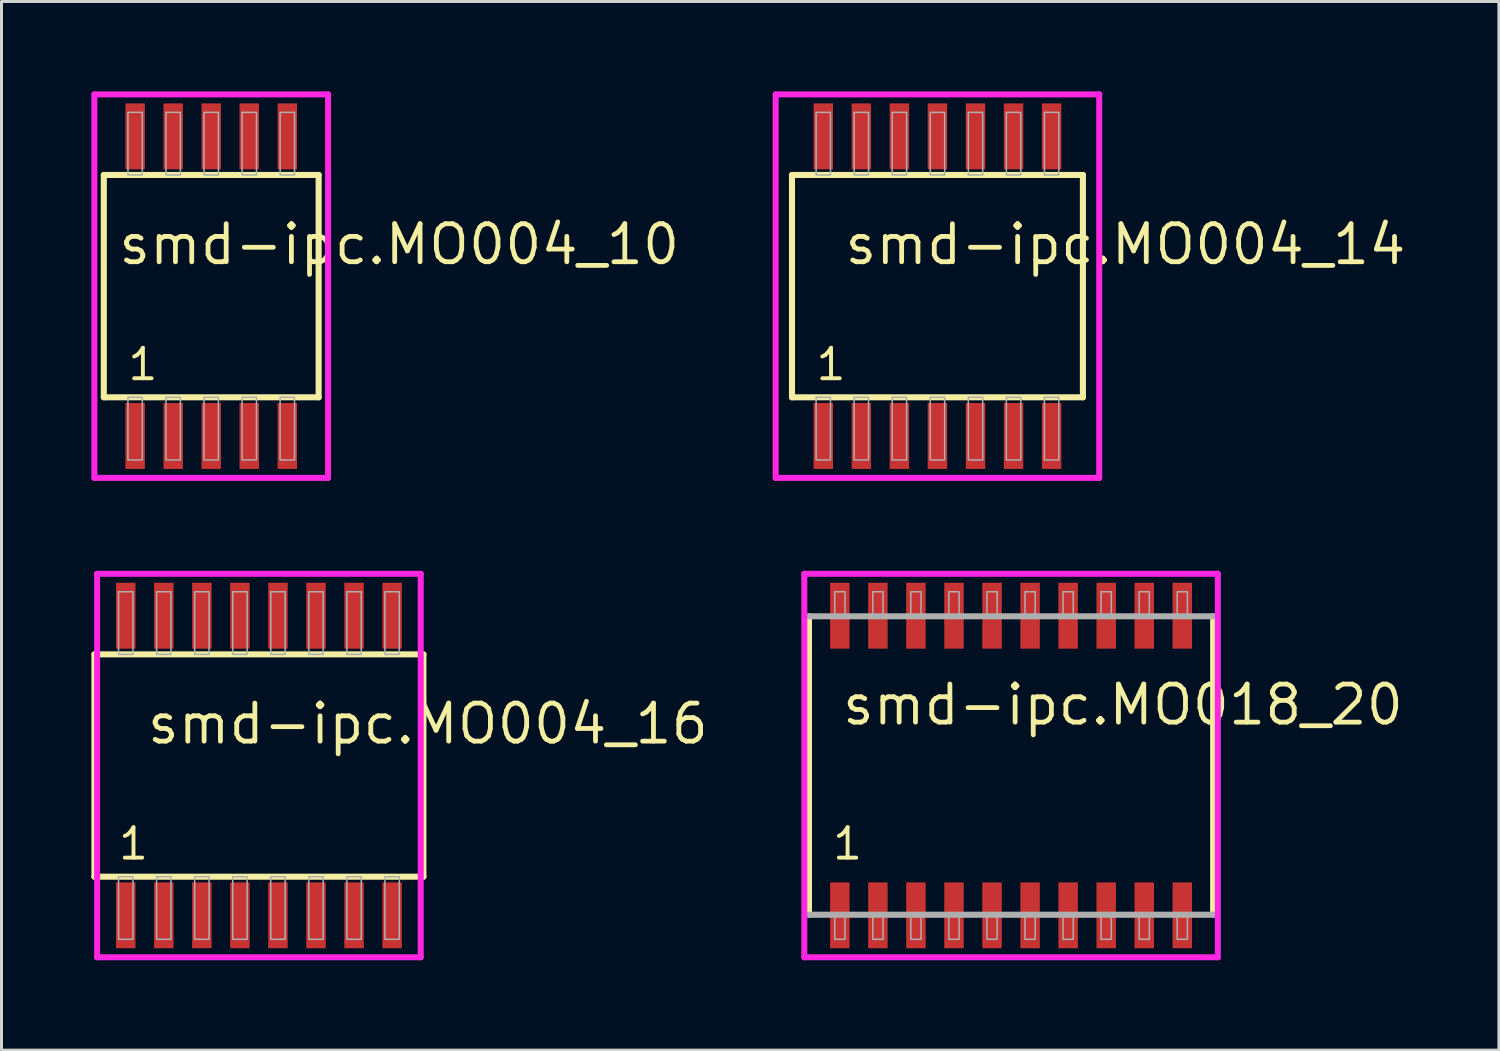
<source format=kicad_pcb>
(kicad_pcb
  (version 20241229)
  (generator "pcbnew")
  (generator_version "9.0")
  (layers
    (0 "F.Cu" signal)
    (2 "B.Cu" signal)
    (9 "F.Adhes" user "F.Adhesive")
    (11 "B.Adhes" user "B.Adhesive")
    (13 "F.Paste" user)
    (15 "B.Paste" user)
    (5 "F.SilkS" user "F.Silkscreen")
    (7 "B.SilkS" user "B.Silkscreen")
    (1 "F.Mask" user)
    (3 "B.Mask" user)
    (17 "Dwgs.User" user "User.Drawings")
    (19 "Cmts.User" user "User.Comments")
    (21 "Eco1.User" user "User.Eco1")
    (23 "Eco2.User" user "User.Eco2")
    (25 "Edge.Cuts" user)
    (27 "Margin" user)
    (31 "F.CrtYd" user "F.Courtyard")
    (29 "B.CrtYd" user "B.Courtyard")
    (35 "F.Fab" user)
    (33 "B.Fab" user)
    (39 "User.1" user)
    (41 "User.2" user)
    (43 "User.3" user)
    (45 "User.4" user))
  (footprint "smd-ipc.MO018_20"
    (layer "F.Cu")
    (at 30.695 22.5)
    (property "Reference" "smd-ipc.MO018_20" (at -5.715 -1.285 0) (layer "F.SilkS") (effects (font (size 1.27 1.27) (thickness 0.16)) (justify left bottom)))
    (attr smd)
    (fp_line (start -6.745 4.98) (end -6.745 -4.98) (stroke (width 0.203) (type default)) (layer "F.SilkS"))
    (fp_line (start 6.745 -4.98) (end 6.745 4.98) (stroke (width 0.203) (type default)) (layer "F.SilkS"))
    (fp_line (start -6.9 -6.4) (end 6.9 -6.4) (stroke (width 0.2) (type default)) (layer "F.CrtYd"))
    (fp_line (start -6.9 6.4) (end -6.9 -6.4) (stroke (width 0.2) (type default)) (layer "F.CrtYd"))
    (fp_line (start 6.9 -6.4) (end 6.9 6.4) (stroke (width 0.2) (type default)) (layer "F.CrtYd"))
    (fp_line (start 6.9 6.4) (end -6.9 6.4) (stroke (width 0.2) (type default)) (layer "F.CrtYd"))
    (fp_line (start -6.745 -4.98) (end 6.745 -4.98) (stroke (width 0.203) (type default)) (layer "F.Fab"))
    (fp_line (start 6.745 4.98) (end -6.745 4.98) (stroke (width 0.203) (type default)) (layer "F.Fab"))
    (fp_rect (start -5.885 -4.98) (end -5.545 -5.8) (stroke (width 0.05) (type default)) (fill no) (layer "F.Fab"))
    (fp_rect (start -5.885 5.8) (end -5.545 4.98) (stroke (width 0.05) (type default)) (fill no) (layer "F.Fab"))
    (fp_rect (start -4.615 -4.98) (end -4.275 -5.8) (stroke (width 0.05) (type default)) (fill no) (layer "F.Fab"))
    (fp_rect (start -4.615 5.8) (end -4.275 4.98) (stroke (width 0.05) (type default)) (fill no) (layer "F.Fab"))
    (fp_rect (start -3.345 -4.98) (end -3.005 -5.8) (stroke (width 0.05) (type default)) (fill no) (layer "F.Fab"))
    (fp_rect (start -3.345 5.8) (end -3.005 4.98) (stroke (width 0.05) (type default)) (fill no) (layer "F.Fab"))
    (fp_rect (start -2.075 -4.98) (end -1.735 -5.8) (stroke (width 0.05) (type default)) (fill no) (layer "F.Fab"))
    (fp_rect (start -2.075 5.8) (end -1.735 4.98) (stroke (width 0.05) (type default)) (fill no) (layer "F.Fab"))
    (fp_rect (start -0.805 -4.98) (end -0.465 -5.8) (stroke (width 0.05) (type default)) (fill no) (layer "F.Fab"))
    (fp_rect (start -0.805 5.8) (end -0.465 4.98) (stroke (width 0.05) (type default)) (fill no) (layer "F.Fab"))
    (fp_rect (start 0.465 -4.98) (end 0.805 -5.8) (stroke (width 0.05) (type default)) (fill no) (layer "F.Fab"))
    (fp_rect (start 0.465 5.8) (end 0.805 4.98) (stroke (width 0.05) (type default)) (fill no) (layer "F.Fab"))
    (fp_rect (start 1.735 -4.98) (end 2.075 -5.8) (stroke (width 0.05) (type default)) (fill no) (layer "F.Fab"))
    (fp_rect (start 1.735 5.8) (end 2.075 4.98) (stroke (width 0.05) (type default)) (fill no) (layer "F.Fab"))
    (fp_rect (start 3.005 -4.98) (end 3.345 -5.8) (stroke (width 0.05) (type default)) (fill no) (layer "F.Fab"))
    (fp_rect (start 3.005 5.8) (end 3.345 4.98) (stroke (width 0.05) (type default)) (fill no) (layer "F.Fab"))
    (fp_rect (start 4.275 -4.98) (end 4.615 -5.8) (stroke (width 0.05) (type default)) (fill no) (layer "F.Fab"))
    (fp_rect (start 4.275 5.8) (end 4.615 4.98) (stroke (width 0.05) (type default)) (fill no) (layer "F.Fab"))
    (fp_rect (start 5.545 -4.98) (end 5.885 -5.8) (stroke (width 0.05) (type default)) (fill no) (layer "F.Fab"))
    (fp_rect (start 5.545 5.8) (end 5.885 4.98) (stroke (width 0.05) (type default)) (fill no) (layer "F.Fab"))
    (fp_text user "1" (at -6.026 3.205 0) (layer "F.SilkS") (effects (font (size 1.016 1.016) (thickness 0.13)) (justify left bottom)))
    (pad "1" smd roundrect (at -5.715 5) (size 0.65 2.2) (layers "F.Cu" "F.Mask" "F.Paste") (roundrect_rratio 0.01))
    (pad "2" smd roundrect (at -4.445 5) (size 0.65 2.2) (layers "F.Cu" "F.Mask" "F.Paste") (roundrect_rratio 0.01))
    (pad "3" smd roundrect (at -3.175 5) (size 0.65 2.2) (layers "F.Cu" "F.Mask" "F.Paste") (roundrect_rratio 0.01))
    (pad "4" smd roundrect (at -1.905 5) (size 0.65 2.2) (layers "F.Cu" "F.Mask" "F.Paste") (roundrect_rratio 0.01))
    (pad "5" smd roundrect (at -0.635 5) (size 0.65 2.2) (layers "F.Cu" "F.Mask" "F.Paste") (roundrect_rratio 0.01))
    (pad "6" smd roundrect (at 0.635 5) (size 0.65 2.2) (layers "F.Cu" "F.Mask" "F.Paste") (roundrect_rratio 0.01))
    (pad "7" smd roundrect (at 1.905 5) (size 0.65 2.2) (layers "F.Cu" "F.Mask" "F.Paste") (roundrect_rratio 0.01))
    (pad "8" smd roundrect (at 3.175 5) (size 0.65 2.2) (layers "F.Cu" "F.Mask" "F.Paste") (roundrect_rratio 0.01))
    (pad "9" smd roundrect (at 4.445 5) (size 0.65 2.2) (layers "F.Cu" "F.Mask" "F.Paste") (roundrect_rratio 0.01))
    (pad "10" smd roundrect (at 5.715 5) (size 0.65 2.2) (layers "F.Cu" "F.Mask" "F.Paste") (roundrect_rratio 0.01))
    (pad "11" smd roundrect (at 5.715 -5) (size 0.65 2.2) (layers "F.Cu" "F.Mask" "F.Paste") (roundrect_rratio 0.01))
    (pad "12" smd roundrect (at 4.445 -5) (size 0.65 2.2) (layers "F.Cu" "F.Mask" "F.Paste") (roundrect_rratio 0.01))
    (pad "13" smd roundrect (at 3.175 -5) (size 0.65 2.2) (layers "F.Cu" "F.Mask" "F.Paste") (roundrect_rratio 0.01))
    (pad "14" smd roundrect (at 1.905 -5) (size 0.65 2.2) (layers "F.Cu" "F.Mask" "F.Paste") (roundrect_rratio 0.01))
    (pad "15" smd roundrect (at 0.635 -5) (size 0.65 2.2) (layers "F.Cu" "F.Mask" "F.Paste") (roundrect_rratio 0.01))
    (pad "16" smd roundrect (at -0.635 -5) (size 0.65 2.2) (layers "F.Cu" "F.Mask" "F.Paste") (roundrect_rratio 0.01))
    (pad "17" smd roundrect (at -1.905 -5) (size 0.65 2.2) (layers "F.Cu" "F.Mask" "F.Paste") (roundrect_rratio 0.01))
    (pad "18" smd roundrect (at -3.175 -5) (size 0.65 2.2) (layers "F.Cu" "F.Mask" "F.Paste") (roundrect_rratio 0.01))
    (pad "19" smd roundrect (at -4.445 -5) (size 0.65 2.2) (layers "F.Cu" "F.Mask" "F.Paste") (roundrect_rratio 0.01))
    (pad "20" smd roundrect (at -5.715 -5) (size 0.65 2.2) (layers "F.Cu" "F.Mask" "F.Paste") (roundrect_rratio 0.01)))
  (footprint "smd-ipc.MO004_16"
    (layer "F.Cu")
    (at 5.592 22.5)
    (property "Reference" "smd-ipc.MO004_16" (at -3.81 -0.65 0) (layer "F.SilkS") (effects (font (size 1.27 1.27) (thickness 0.16)) (justify left bottom)))
    (attr smd)
    (fp_line (start -5.49 -3.71) (end 5.49 -3.71) (stroke (width 0.203) (type default)) (layer "F.SilkS"))
    (fp_line (start -5.49 3.71) (end -5.49 -3.71) (stroke (width 0.203) (type default)) (layer "F.SilkS"))
    (fp_line (start 5.49 -3.71) (end 5.49 3.71) (stroke (width 0.203) (type default)) (layer "F.SilkS"))
    (fp_line (start 5.49 3.71) (end -5.49 3.71) (stroke (width 0.203) (type default)) (layer "F.SilkS"))
    (fp_line (start -5.4 -6.4) (end 5.4 -6.4) (stroke (width 0.2) (type default)) (layer "F.CrtYd"))
    (fp_line (start -5.4 6.4) (end -5.4 -6.4) (stroke (width 0.2) (type default)) (layer "F.CrtYd"))
    (fp_line (start 5.4 -6.4) (end 5.4 6.4) (stroke (width 0.2) (type default)) (layer "F.CrtYd"))
    (fp_line (start 5.4 6.4) (end -5.4 6.4) (stroke (width 0.2) (type default)) (layer "F.CrtYd"))
    (fp_rect (start -4.685 -3.71) (end -4.205 -5.8) (stroke (width 0.05) (type default)) (fill no) (layer "F.Fab"))
    (fp_rect (start -4.685 5.8) (end -4.205 3.71) (stroke (width 0.05) (type default)) (fill no) (layer "F.Fab"))
    (fp_rect (start -3.415 -3.71) (end -2.935 -5.8) (stroke (width 0.05) (type default)) (fill no) (layer "F.Fab"))
    (fp_rect (start -3.415 5.8) (end -2.935 3.71) (stroke (width 0.05) (type default)) (fill no) (layer "F.Fab"))
    (fp_rect (start -2.145 -3.71) (end -1.665 -5.8) (stroke (width 0.05) (type default)) (fill no) (layer "F.Fab"))
    (fp_rect (start -2.145 5.8) (end -1.665 3.71) (stroke (width 0.05) (type default)) (fill no) (layer "F.Fab"))
    (fp_rect (start -0.875 -3.71) (end -0.395 -5.8) (stroke (width 0.05) (type default)) (fill no) (layer "F.Fab"))
    (fp_rect (start -0.875 5.8) (end -0.395 3.71) (stroke (width 0.05) (type default)) (fill no) (layer "F.Fab"))
    (fp_rect (start 0.395 -3.71) (end 0.875 -5.8) (stroke (width 0.05) (type default)) (fill no) (layer "F.Fab"))
    (fp_rect (start 0.395 5.8) (end 0.875 3.71) (stroke (width 0.05) (type default)) (fill no) (layer "F.Fab"))
    (fp_rect (start 1.665 -3.71) (end 2.145 -5.8) (stroke (width 0.05) (type default)) (fill no) (layer "F.Fab"))
    (fp_rect (start 1.665 5.8) (end 2.145 3.71) (stroke (width 0.05) (type default)) (fill no) (layer "F.Fab"))
    (fp_rect (start 2.935 -3.71) (end 3.415 -5.8) (stroke (width 0.05) (type default)) (fill no) (layer "F.Fab"))
    (fp_rect (start 2.935 5.8) (end 3.415 3.71) (stroke (width 0.05) (type default)) (fill no) (layer "F.Fab"))
    (fp_rect (start 4.205 -3.71) (end 4.685 -5.8) (stroke (width 0.05) (type default)) (fill no) (layer "F.Fab"))
    (fp_rect (start 4.205 5.8) (end 4.685 3.71) (stroke (width 0.05) (type default)) (fill no) (layer "F.Fab"))
    (fp_text user "1" (at -4.756 3.205 0) (layer "F.SilkS") (effects (font (size 1.016 1.016) (thickness 0.13)) (justify left bottom)))
    (pad "1" smd roundrect (at -4.445 5) (size 0.65 2.2) (layers "F.Cu" "F.Mask" "F.Paste") (roundrect_rratio 0.01))
    (pad "2" smd roundrect (at -3.175 5) (size 0.65 2.2) (layers "F.Cu" "F.Mask" "F.Paste") (roundrect_rratio 0.01))
    (pad "3" smd roundrect (at -1.905 5) (size 0.65 2.2) (layers "F.Cu" "F.Mask" "F.Paste") (roundrect_rratio 0.01))
    (pad "4" smd roundrect (at -0.635 5) (size 0.65 2.2) (layers "F.Cu" "F.Mask" "F.Paste") (roundrect_rratio 0.01))
    (pad "5" smd roundrect (at 0.635 5) (size 0.65 2.2) (layers "F.Cu" "F.Mask" "F.Paste") (roundrect_rratio 0.01))
    (pad "6" smd roundrect (at 1.905 5) (size 0.65 2.2) (layers "F.Cu" "F.Mask" "F.Paste") (roundrect_rratio 0.01))
    (pad "7" smd roundrect (at 3.175 5) (size 0.65 2.2) (layers "F.Cu" "F.Mask" "F.Paste") (roundrect_rratio 0.01))
    (pad "8" smd roundrect (at 4.445 5) (size 0.65 2.2) (layers "F.Cu" "F.Mask" "F.Paste") (roundrect_rratio 0.01))
    (pad "9" smd roundrect (at 4.445 -5) (size 0.65 2.2) (layers "F.Cu" "F.Mask" "F.Paste") (roundrect_rratio 0.01))
    (pad "10" smd roundrect (at 3.175 -5) (size 0.65 2.2) (layers "F.Cu" "F.Mask" "F.Paste") (roundrect_rratio 0.01))
    (pad "11" smd roundrect (at 1.905 -5) (size 0.65 2.2) (layers "F.Cu" "F.Mask" "F.Paste") (roundrect_rratio 0.01))
    (pad "12" smd roundrect (at 0.635 -5) (size 0.65 2.2) (layers "F.Cu" "F.Mask" "F.Paste") (roundrect_rratio 0.01))
    (pad "13" smd roundrect (at -0.635 -5) (size 0.65 2.2) (layers "F.Cu" "F.Mask" "F.Paste") (roundrect_rratio 0.01))
    (pad "14" smd roundrect (at -1.905 -5) (size 0.65 2.2) (layers "F.Cu" "F.Mask" "F.Paste") (roundrect_rratio 0.01))
    (pad "15" smd roundrect (at -3.175 -5) (size 0.65 2.2) (layers "F.Cu" "F.Mask" "F.Paste") (roundrect_rratio 0.01))
    (pad "16" smd roundrect (at -4.445 -5) (size 0.65 2.2) (layers "F.Cu" "F.Mask" "F.Paste") (roundrect_rratio 0.01)))
  (footprint "smd-ipc.MO004_10"
    (layer "F.Cu")
    (at 4 6.5)
    (property "Reference" "smd-ipc.MO004_10" (at -3.175 -0.65 0) (layer "F.SilkS") (effects (font (size 1.27 1.27) (thickness 0.16)) (justify left bottom)))
    (attr smd)
    (fp_line (start -3.585 -3.71) (end 3.585 -3.71) (stroke (width 0.203) (type default)) (layer "F.SilkS"))
    (fp_line (start -3.585 3.71) (end -3.585 -3.71) (stroke (width 0.203) (type default)) (layer "F.SilkS"))
    (fp_line (start 3.585 -3.71) (end 3.585 3.71) (stroke (width 0.203) (type default)) (layer "F.SilkS"))
    (fp_line (start 3.585 3.71) (end -3.585 3.71) (stroke (width 0.203) (type default)) (layer "F.SilkS"))
    (fp_line (start -3.9 -6.4) (end 3.9 -6.4) (stroke (width 0.2) (type default)) (layer "F.CrtYd"))
    (fp_line (start -3.9 6.4) (end -3.9 -6.4) (stroke (width 0.2) (type default)) (layer "F.CrtYd"))
    (fp_line (start 3.9 -6.4) (end 3.9 6.4) (stroke (width 0.2) (type default)) (layer "F.CrtYd"))
    (fp_line (start 3.9 6.4) (end -3.9 6.4) (stroke (width 0.2) (type default)) (layer "F.CrtYd"))
    (fp_rect (start -2.78 -3.71) (end -2.3 -5.8) (stroke (width 0.05) (type default)) (fill no) (layer "F.Fab"))
    (fp_rect (start -2.78 5.8) (end -2.3 3.71) (stroke (width 0.05) (type default)) (fill no) (layer "F.Fab"))
    (fp_rect (start -1.51 -3.71) (end -1.03 -5.8) (stroke (width 0.05) (type default)) (fill no) (layer "F.Fab"))
    (fp_rect (start -1.51 5.8) (end -1.03 3.71) (stroke (width 0.05) (type default)) (fill no) (layer "F.Fab"))
    (fp_rect (start -0.24 -3.71) (end 0.24 -5.8) (stroke (width 0.05) (type default)) (fill no) (layer "F.Fab"))
    (fp_rect (start -0.24 5.8) (end 0.24 3.71) (stroke (width 0.05) (type default)) (fill no) (layer "F.Fab"))
    (fp_rect (start 1.03 -3.71) (end 1.51 -5.8) (stroke (width 0.05) (type default)) (fill no) (layer "F.Fab"))
    (fp_rect (start 1.03 5.8) (end 1.51 3.71) (stroke (width 0.05) (type default)) (fill no) (layer "F.Fab"))
    (fp_rect (start 2.3 -3.71) (end 2.78 -5.8) (stroke (width 0.05) (type default)) (fill no) (layer "F.Fab"))
    (fp_rect (start 2.3 5.8) (end 2.78 3.71) (stroke (width 0.05) (type default)) (fill no) (layer "F.Fab"))
    (fp_text user "1" (at -2.851 3.205 0) (layer "F.SilkS") (effects (font (size 1.016 1.016) (thickness 0.13)) (justify left bottom)))
    (pad "1" smd roundrect (at -2.54 5) (size 0.65 2.2) (layers "F.Cu" "F.Mask" "F.Paste") (roundrect_rratio 0.01))
    (pad "2" smd roundrect (at -1.27 5) (size 0.65 2.2) (layers "F.Cu" "F.Mask" "F.Paste") (roundrect_rratio 0.01))
    (pad "3" smd roundrect (at 0 5) (size 0.65 2.2) (layers "F.Cu" "F.Mask" "F.Paste") (roundrect_rratio 0.01))
    (pad "4" smd roundrect (at 1.27 5) (size 0.65 2.2) (layers "F.Cu" "F.Mask" "F.Paste") (roundrect_rratio 0.01))
    (pad "5" smd roundrect (at 2.54 5) (size 0.65 2.2) (layers "F.Cu" "F.Mask" "F.Paste") (roundrect_rratio 0.01))
    (pad "6" smd roundrect (at 2.54 -5) (size 0.65 2.2) (layers "F.Cu" "F.Mask" "F.Paste") (roundrect_rratio 0.01))
    (pad "7" smd roundrect (at 1.27 -5) (size 0.65 2.2) (layers "F.Cu" "F.Mask" "F.Paste") (roundrect_rratio 0.01))
    (pad "8" smd roundrect (at 0 -5) (size 0.65 2.2) (layers "F.Cu" "F.Mask" "F.Paste") (roundrect_rratio 0.01))
    (pad "9" smd roundrect (at -1.27 -5) (size 0.65 2.2) (layers "F.Cu" "F.Mask" "F.Paste") (roundrect_rratio 0.01))
    (pad "10" smd roundrect (at -2.54 -5) (size 0.65 2.2) (layers "F.Cu" "F.Mask" "F.Paste") (roundrect_rratio 0.01)))
  (footprint "smd-ipc.MO004_14"
    (layer "F.Cu")
    (at 28.238 6.5)
    (property "Reference" "smd-ipc.MO004_14" (at -3.175 -0.65 0) (layer "F.SilkS") (effects (font (size 1.27 1.27) (thickness 0.16)) (justify left bottom)))
    (attr smd)
    (fp_line (start -4.855 -3.71) (end 4.855 -3.71) (stroke (width 0.203) (type default)) (layer "F.SilkS"))
    (fp_line (start -4.855 3.71) (end -4.855 -3.71) (stroke (width 0.203) (type default)) (layer "F.SilkS"))
    (fp_line (start 4.855 -3.71) (end 4.855 3.71) (stroke (width 0.203) (type default)) (layer "F.SilkS"))
    (fp_line (start 4.855 3.71) (end -4.855 3.71) (stroke (width 0.203) (type default)) (layer "F.SilkS"))
    (fp_line (start -5.4 -6.4) (end 5.4 -6.4) (stroke (width 0.2) (type default)) (layer "F.CrtYd"))
    (fp_line (start -5.4 6.4) (end -5.4 -6.4) (stroke (width 0.2) (type default)) (layer "F.CrtYd"))
    (fp_line (start 5.4 -6.4) (end 5.4 6.4) (stroke (width 0.2) (type default)) (layer "F.CrtYd"))
    (fp_line (start 5.4 6.4) (end -5.4 6.4) (stroke (width 0.2) (type default)) (layer "F.CrtYd"))
    (fp_rect (start -4.05 -3.71) (end -3.57 -5.8) (stroke (width 0.05) (type default)) (fill no) (layer "F.Fab"))
    (fp_rect (start -4.05 5.8) (end -3.57 3.71) (stroke (width 0.05) (type default)) (fill no) (layer "F.Fab"))
    (fp_rect (start -2.78 -3.71) (end -2.3 -5.8) (stroke (width 0.05) (type default)) (fill no) (layer "F.Fab"))
    (fp_rect (start -2.78 5.8) (end -2.3 3.71) (stroke (width 0.05) (type default)) (fill no) (layer "F.Fab"))
    (fp_rect (start -1.51 -3.71) (end -1.03 -5.8) (stroke (width 0.05) (type default)) (fill no) (layer "F.Fab"))
    (fp_rect (start -1.51 5.8) (end -1.03 3.71) (stroke (width 0.05) (type default)) (fill no) (layer "F.Fab"))
    (fp_rect (start -0.24 -3.71) (end 0.24 -5.8) (stroke (width 0.05) (type default)) (fill no) (layer "F.Fab"))
    (fp_rect (start -0.24 5.8) (end 0.24 3.71) (stroke (width 0.05) (type default)) (fill no) (layer "F.Fab"))
    (fp_rect (start 1.03 -3.71) (end 1.51 -5.8) (stroke (width 0.05) (type default)) (fill no) (layer "F.Fab"))
    (fp_rect (start 1.03 5.8) (end 1.51 3.71) (stroke (width 0.05) (type default)) (fill no) (layer "F.Fab"))
    (fp_rect (start 2.3 -3.71) (end 2.78 -5.8) (stroke (width 0.05) (type default)) (fill no) (layer "F.Fab"))
    (fp_rect (start 2.3 5.8) (end 2.78 3.71) (stroke (width 0.05) (type default)) (fill no) (layer "F.Fab"))
    (fp_rect (start 3.57 -3.71) (end 4.05 -5.8) (stroke (width 0.05) (type default)) (fill no) (layer "F.Fab"))
    (fp_rect (start 3.57 5.8) (end 4.05 3.71) (stroke (width 0.05) (type default)) (fill no) (layer "F.Fab"))
    (fp_text user "1" (at -4.121 3.205 0) (layer "F.SilkS") (effects (font (size 1.016 1.016) (thickness 0.13)) (justify left bottom)))
    (pad "1" smd roundrect (at -3.81 5) (size 0.65 2.2) (layers "F.Cu" "F.Mask" "F.Paste") (roundrect_rratio 0.01))
    (pad "2" smd roundrect (at -2.54 5) (size 0.65 2.2) (layers "F.Cu" "F.Mask" "F.Paste") (roundrect_rratio 0.01))
    (pad "3" smd roundrect (at -1.27 5) (size 0.65 2.2) (layers "F.Cu" "F.Mask" "F.Paste") (roundrect_rratio 0.01))
    (pad "4" smd roundrect (at 0 5) (size 0.65 2.2) (layers "F.Cu" "F.Mask" "F.Paste") (roundrect_rratio 0.01))
    (pad "5" smd roundrect (at 1.27 5) (size 0.65 2.2) (layers "F.Cu" "F.Mask" "F.Paste") (roundrect_rratio 0.01))
    (pad "6" smd roundrect (at 2.54 5) (size 0.65 2.2) (layers "F.Cu" "F.Mask" "F.Paste") (roundrect_rratio 0.01))
    (pad "7" smd roundrect (at 3.81 5) (size 0.65 2.2) (layers "F.Cu" "F.Mask" "F.Paste") (roundrect_rratio 0.01))
    (pad "8" smd roundrect (at 3.81 -5) (size 0.65 2.2) (layers "F.Cu" "F.Mask" "F.Paste") (roundrect_rratio 0.01))
    (pad "9" smd roundrect (at 2.54 -5) (size 0.65 2.2) (layers "F.Cu" "F.Mask" "F.Paste") (roundrect_rratio 0.01))
    (pad "10" smd roundrect (at 1.27 -5) (size 0.65 2.2) (layers "F.Cu" "F.Mask" "F.Paste") (roundrect_rratio 0.01))
    (pad "11" smd roundrect (at 0 -5) (size 0.65 2.2) (layers "F.Cu" "F.Mask" "F.Paste") (roundrect_rratio 0.01))
    (pad "12" smd roundrect (at -1.27 -5) (size 0.65 2.2) (layers "F.Cu" "F.Mask" "F.Paste") (roundrect_rratio 0.01))
    (pad "13" smd roundrect (at -2.54 -5) (size 0.65 2.2) (layers "F.Cu" "F.Mask" "F.Paste") (roundrect_rratio 0.01))
    (pad "14" smd roundrect (at -3.81 -5) (size 0.65 2.2) (layers "F.Cu" "F.Mask" "F.Paste") (roundrect_rratio 0.01)))
  (gr_rect
    (start -3 -3)
    (end 46.976 32)
    (stroke (width 0.1) (type default))
    (fill no)
    (layer "Edge.Cuts")))
</source>
